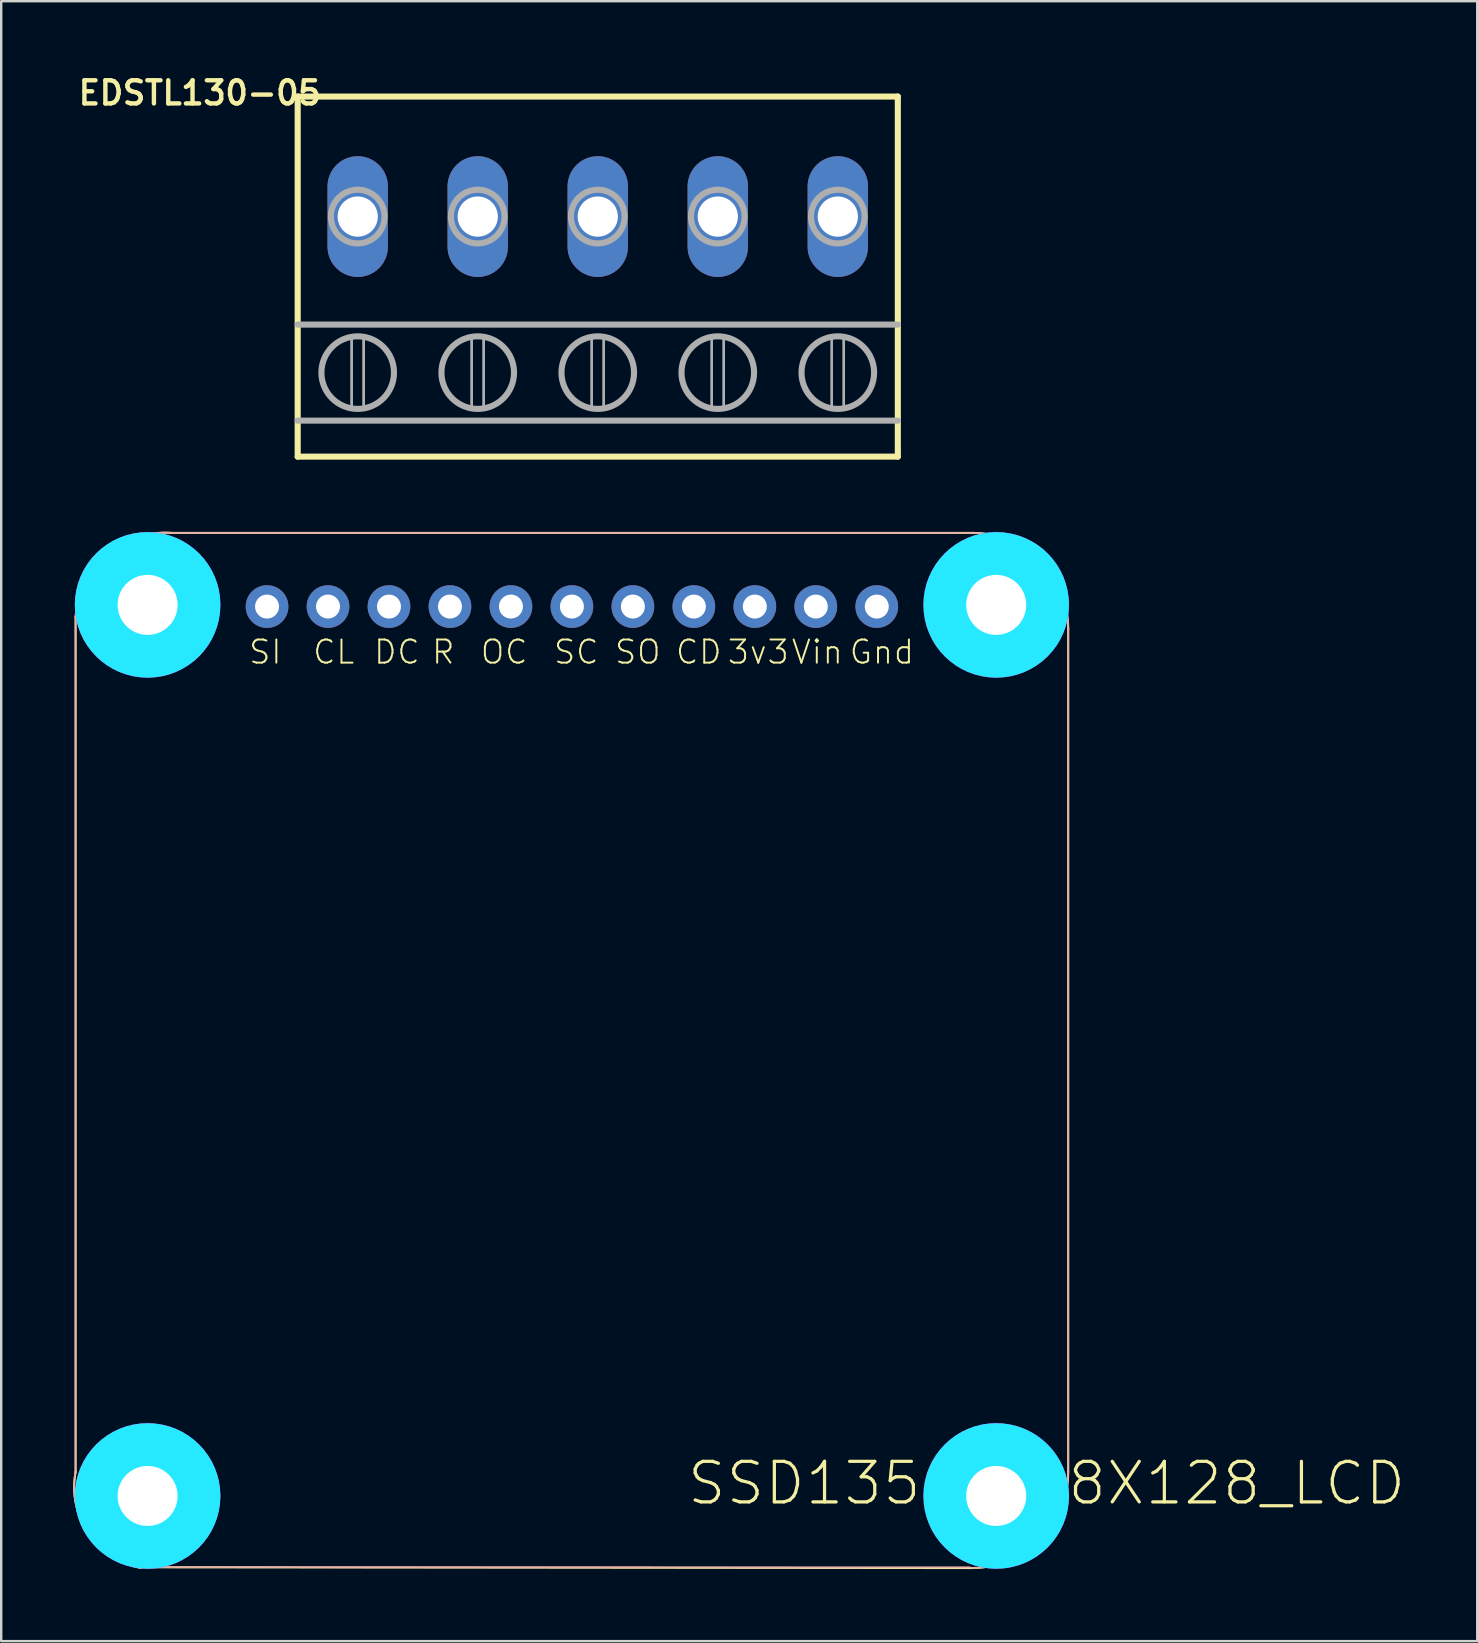
<source format=kicad_pcb>
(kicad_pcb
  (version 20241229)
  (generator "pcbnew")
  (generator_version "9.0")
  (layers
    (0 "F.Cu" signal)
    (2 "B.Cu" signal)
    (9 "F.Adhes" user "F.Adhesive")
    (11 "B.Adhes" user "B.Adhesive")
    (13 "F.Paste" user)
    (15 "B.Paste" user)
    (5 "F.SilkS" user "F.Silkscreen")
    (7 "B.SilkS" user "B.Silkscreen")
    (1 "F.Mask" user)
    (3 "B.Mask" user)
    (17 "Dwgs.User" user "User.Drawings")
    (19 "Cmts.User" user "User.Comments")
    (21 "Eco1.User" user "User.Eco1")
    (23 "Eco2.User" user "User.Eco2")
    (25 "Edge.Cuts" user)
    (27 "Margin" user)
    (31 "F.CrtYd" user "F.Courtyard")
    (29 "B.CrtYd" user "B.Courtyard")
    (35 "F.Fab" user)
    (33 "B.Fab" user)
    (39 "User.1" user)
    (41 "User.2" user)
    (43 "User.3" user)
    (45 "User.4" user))
  (footprint "SSD1351_128X128_LCD"
    (layer "F.Cu")
    (at 19.149 39.408)
    (property "Reference" "SSD1351_128X128_LCD" (at 6.35 20.32 0) (layer "F.SilkS") (effects (font (size 1.689 1.689) (thickness 0.135)) (justify left bottom)))
    (attr through_hole)
    (fp_line (start -19.05 18.86) (end -19.05 -16.76) (stroke (width 0.08) (type solid)) (layer "F.SilkS"))
    (fp_line (start -15.05 -20.26) (end 18.3 -20.26) (stroke (width 0.08) (type solid)) (layer "F.SilkS"))
    (fp_line (start 18.365 22.866) (end -16.258 22.829) (stroke (width 0.08) (type solid)) (layer "F.SilkS"))
    (fp_line (start 22.3 -16.26) (end 22.3 18.86) (stroke (width 0.08) (type solid)) (layer "F.SilkS"))
    (fp_arc (start -19.05 -16.76001) (mid -17.774872 -19.338427) (end -15.050009 -20.260006) (stroke (width 0.080009) (type solid)) (layer "F.SilkS"))
    (fp_arc (start -16.320007 22.86) (mid -18.513429 21.425404) (end -19.05 18.860009) (stroke (width 0.080009) (type solid)) (layer "F.SilkS"))
    (fp_arc (start 18.299986 -20.260006) (mid 21.128435 -19.088436) (end 22.300006 -16.259987) (stroke (width 0.080009) (type solid)) (layer "F.SilkS"))
    (fp_arc (start 22.300006 18.860008) (mid 21.128426 21.688439) (end 18.299987 22.86) (stroke (width 0.080009) (type solid)) (layer "F.SilkS"))
    (fp_circle (center -16.05 -17.26) (end -14.3 -17.26) (stroke (width 0.152) (type solid)) (fill no) (layer "F.SilkS"))
    (fp_circle (center -16.05 19.86) (end -14.3 19.86) (stroke (width 0.152) (type solid)) (fill no) (layer "F.SilkS"))
    (fp_circle (center 19.3 -17.26) (end 21.05 -17.26) (stroke (width 0.152) (type solid)) (fill no) (layer "F.SilkS"))
    (fp_circle (center 19.3 19.86) (end 21.05 19.86) (stroke (width 0.152) (type solid)) (fill no) (layer "F.SilkS"))
    (fp_line (start -19.05 18.86) (end -19.05 -16.76) (stroke (width 0.08) (type solid)) (layer "B.SilkS"))
    (fp_line (start -15.05 -20.26) (end 18.3 -20.26) (stroke (width 0.08) (type solid)) (layer "B.SilkS"))
    (fp_line (start 18.206 22.835) (end -16.447 22.829) (stroke (width 0.08) (type solid)) (layer "B.SilkS"))
    (fp_line (start 22.3 -16.26) (end 22.3 18.86) (stroke (width 0.08) (type solid)) (layer "B.SilkS"))
    (fp_arc (start -19.05 -16.76001) (mid -17.774872 -19.338427) (end -15.050009 -20.260006) (stroke (width 0.080009) (type solid)) (layer "B.SilkS"))
    (fp_arc (start -16.320007 22.86) (mid -18.513429 21.425404) (end -19.05 18.860009) (stroke (width 0.080009) (type solid)) (layer "B.SilkS"))
    (fp_arc (start 18.299986 -20.260006) (mid 21.128435 -19.088436) (end 22.300006 -16.259987) (stroke (width 0.080009) (type solid)) (layer "B.SilkS"))
    (fp_arc (start 22.300006 18.860008) (mid 21.128426 21.688439) (end 18.299987 22.86) (stroke (width 0.080009) (type solid)) (layer "B.SilkS"))
    (fp_circle (center -16.05 -17.26) (end -15.05 -17.26) (stroke (width 2.032) (type solid)) (fill no) (layer "B.CrtYd"))
    (fp_circle (center -16.05 19.86) (end -15.05 19.86) (stroke (width 2.032) (type solid)) (fill no) (layer "B.CrtYd"))
    (fp_circle (center 19.3 -17.26) (end 20.3 -17.26) (stroke (width 2.032) (type solid)) (fill no) (layer "B.CrtYd"))
    (fp_circle (center 19.3 19.86) (end 20.3 19.86) (stroke (width 2.032) (type solid)) (fill no) (layer "B.CrtYd"))
    (fp_circle (center -16.05 -17.26) (end -15.05 -17.26) (stroke (width 2.032) (type solid)) (fill no) (layer "F.CrtYd"))
    (fp_circle (center -16.05 19.86) (end -15.05 19.86) (stroke (width 2.032) (type solid)) (fill no) (layer "F.CrtYd"))
    (fp_circle (center 19.3 -17.26) (end 20.3 -17.26) (stroke (width 2.032) (type solid)) (fill no) (layer "F.CrtYd"))
    (fp_circle (center 19.3 19.86) (end 20.3 19.86) (stroke (width 2.032) (type solid)) (fill no) (layer "F.CrtYd"))
    (fp_poly (pts (xy -11.329 -16.936) (xy -10.821 -16.936) (xy -10.821 -17.444) (xy -11.329 -17.444)) (stroke (width 0.1) (type solid)) (fill no) (layer "F.Fab"))
    (fp_poly (pts (xy -8.789 -16.936) (xy -8.281 -16.936) (xy -8.281 -17.444) (xy -8.789 -17.444)) (stroke (width 0.1) (type solid)) (fill no) (layer "F.Fab"))
    (fp_poly (pts (xy -6.249 -16.936) (xy -5.741 -16.936) (xy -5.741 -17.444) (xy -6.249 -17.444)) (stroke (width 0.1) (type solid)) (fill no) (layer "F.Fab"))
    (fp_poly (pts (xy -3.709 -16.936) (xy -3.201 -16.936) (xy -3.201 -17.444) (xy -3.709 -17.444)) (stroke (width 0.1) (type solid)) (fill no) (layer "F.Fab"))
    (fp_poly (pts (xy -1.169 -16.936) (xy -0.661 -16.936) (xy -0.661 -17.444) (xy -1.169 -17.444)) (stroke (width 0.1) (type solid)) (fill no) (layer "F.Fab"))
    (fp_poly (pts (xy 1.371 -16.936) (xy 1.879 -16.936) (xy 1.879 -17.444) (xy 1.371 -17.444)) (stroke (width 0.1) (type solid)) (fill no) (layer "F.Fab"))
    (fp_poly (pts (xy 3.911 -16.936) (xy 4.419 -16.936) (xy 4.419 -17.444) (xy 3.911 -17.444)) (stroke (width 0.1) (type solid)) (fill no) (layer "F.Fab"))
    (fp_poly (pts (xy 6.451 -16.936) (xy 6.959 -16.936) (xy 6.959 -17.444) (xy 6.451 -17.444)) (stroke (width 0.1) (type solid)) (fill no) (layer "F.Fab"))
    (fp_poly (pts (xy 8.991 -16.936) (xy 9.499 -16.936) (xy 9.499 -17.444) (xy 8.991 -17.444)) (stroke (width 0.1) (type solid)) (fill no) (layer "F.Fab"))
    (fp_poly (pts (xy 11.531 -16.936) (xy 12.039 -16.936) (xy 12.039 -17.444) (xy 11.531 -17.444)) (stroke (width 0.1) (type solid)) (fill no) (layer "F.Fab"))
    (fp_poly (pts (xy 14.071 -16.936) (xy 14.579 -16.936) (xy 14.579 -17.444) (xy 14.071 -17.444)) (stroke (width 0.1) (type solid)) (fill no) (layer "F.Fab"))
    (fp_text user "SI" (at -11.89 -14.732 0) (layer "F.SilkS") (effects (font (size 0.965 0.965) (thickness 0.081)) (justify left bottom)))
    (fp_text user "CD" (at 5.89 -14.732 0) (layer "F.SilkS") (effects (font (size 0.965 0.965) (thickness 0.081)) (justify left bottom)))
    (fp_text user "3v3" (at 8.049 -14.732 0) (layer "F.SilkS") (effects (font (size 0.965 0.965) (thickness 0.081)) (justify left bottom)))
    (fp_text user "Gnd" (at 13.129 -14.732 0) (layer "F.SilkS") (effects (font (size 0.965 0.965) (thickness 0.081)) (justify left bottom)))
    (fp_text user "R" (at -4.27 -14.732 0) (layer "F.SilkS") (effects (font (size 0.965 0.965) (thickness 0.081)) (justify left bottom)))
    (fp_text user "SC" (at 0.81 -14.732 0) (layer "F.SilkS") (effects (font (size 0.965 0.965) (thickness 0.081)) (justify left bottom)))
    (fp_text user "OC" (at -2.238 -14.732 0) (layer "F.SilkS") (effects (font (size 0.965 0.965) (thickness 0.081)) (justify left bottom)))
    (fp_text user "SO" (at 3.35 -14.732 0) (layer "F.SilkS") (effects (font (size 0.965 0.965) (thickness 0.081)) (justify left bottom)))
    (fp_text user "Vin" (at 10.716 -14.732 0) (layer "F.SilkS") (effects (font (size 0.965 0.965) (thickness 0.081)) (justify left bottom)))
    (fp_text user "DC" (at -6.683 -14.732 0) (layer "F.SilkS") (effects (font (size 0.965 0.965) (thickness 0.081)) (justify left bottom)))
    (fp_text user "CL" (at -9.223 -14.732 0) (layer "F.SilkS") (effects (font (size 0.965 0.965) (thickness 0.081)) (justify left bottom)))
    (pad "JP1$1" thru_hole circle (at -3.455 -17.19 90) (size 1.778 1.778) (drill 1) (layers "*.Cu" "*.Mask"))
    (pad "JP1$2" thru_hole circle (at -0.915 -17.19 90) (size 1.778 1.778) (drill 1) (layers "*.Cu" "*.Mask"))
    (pad "JP1$3" thru_hole circle (at 1.625 -17.19 90) (size 1.778 1.778) (drill 1) (layers "*.Cu" "*.Mask"))
    (pad "JP1$4" thru_hole circle (at 4.165 -17.19 90) (size 1.778 1.778) (drill 1) (layers "*.Cu" "*.Mask"))
    (pad "JP1$5" thru_hole circle (at 6.705 -17.19 90) (size 1.778 1.778) (drill 1) (layers "*.Cu" "*.Mask"))
    (pad "JP1$6" thru_hole circle (at 9.245 -17.19 90) (size 1.778 1.778) (drill 1) (layers "*.Cu" "*.Mask"))
    (pad "JP1$7" thru_hole circle (at 11.785 -17.19 90) (size 1.778 1.778) (drill 1) (layers "*.Cu" "*.Mask"))
    (pad "JP1$8" thru_hole circle (at 14.325 -17.19 90) (size 1.778 1.778) (drill 1) (layers "*.Cu" "*.Mask"))
    (pad "JP1$9" thru_hole circle (at -11.075 -17.19 90) (size 1.778 1.778) (drill 1) (layers "*.Cu" "*.Mask"))
    (pad "JP1$10" thru_hole circle (at -8.535 -17.19 90) (size 1.778 1.778) (drill 1) (layers "*.Cu" "*.Mask"))
    (pad "JP1$11" thru_hole circle (at -5.995 -17.19 90) (size 1.778 1.778) (drill 1) (layers "*.Cu" "*.Mask"))
    (pad "U$23$P$1" thru_hole circle (at 19.3 -17.26) (size 3.2 3.2) (drill 2.5) (layers "*.Cu" "*.Mask"))
    (pad "U$24$P$1" thru_hole circle (at -16.05 19.86) (size 3.2 3.2) (drill 2.5) (layers "*.Cu" "*.Mask"))
    (pad "U$25$P$1" thru_hole circle (at 19.3 19.86) (size 3.2 3.2) (drill 2.5) (layers "*.Cu" "*.Mask"))
    (pad "U$26$P$1" thru_hole circle (at -16.05 -17.26) (size 3.2 3.2) (drill 2.5) (layers "*.Cu" "*.Mask")))
  (footprint "EDSTL130-05"
    (layer "F.Cu")
    (at 21.851 5.972)
    (property "Reference" "EDSTL130-05" (at -11.43 -5.715 0) (layer "F.SilkS") (effects (font (size 0.965 0.965) (thickness 0.183)) (justify right top)))
    (attr through_hole)
    (fp_line (start -12.5 -5) (end 12.5 -5) (stroke (width 0.254) (type solid)) (layer "F.SilkS"))
    (fp_line (start -12.5 10) (end -12.5 -5) (stroke (width 0.254) (type solid)) (layer "F.SilkS"))
    (fp_line (start 12.5 -5) (end 12.5 10) (stroke (width 0.254) (type solid)) (layer "F.SilkS"))
    (fp_line (start 12.5 10) (end -12.5 10) (stroke (width 0.254) (type solid)) (layer "F.SilkS"))
    (fp_line (start -12.5 4.5) (end 12.5 4.5) (stroke (width 0.254) (type solid)) (layer "F.Fab"))
    (fp_line (start -12.5 8.5) (end 12.5 8.5) (stroke (width 0.254) (type solid)) (layer "F.Fab"))
    (fp_circle (center -10 0) (end -8.882 0) (stroke (width 0.254) (type solid)) (fill no) (layer "F.Fab"))
    (fp_circle (center -10 6.5) (end -8.488 6.5) (stroke (width 0.254) (type solid)) (fill no) (layer "F.Fab"))
    (fp_circle (center -5 0) (end -3.882 0) (stroke (width 0.254) (type solid)) (fill no) (layer "F.Fab"))
    (fp_circle (center -5 6.5) (end -3.488 6.5) (stroke (width 0.254) (type solid)) (fill no) (layer "F.Fab"))
    (fp_circle (center 0 0) (end 1.118 0) (stroke (width 0.254) (type solid)) (fill no) (layer "F.Fab"))
    (fp_circle (center 0 6.5) (end 1.512 6.5) (stroke (width 0.254) (type solid)) (fill no) (layer "F.Fab"))
    (fp_circle (center 5 0) (end 6.118 0) (stroke (width 0.254) (type solid)) (fill no) (layer "F.Fab"))
    (fp_circle (center 5 6.5) (end 6.512 6.5) (stroke (width 0.254) (type solid)) (fill no) (layer "F.Fab"))
    (fp_circle (center 10 0) (end 11.118 0) (stroke (width 0.254) (type solid)) (fill no) (layer "F.Fab"))
    (fp_circle (center 10 6.5) (end 11.512 6.5) (stroke (width 0.254) (type solid)) (fill no) (layer "F.Fab"))
    (fp_poly (pts (xy -10.25 8) (xy -9.75 8) (xy -9.75 5) (xy -10.25 5)) (stroke (width 0.1) (type solid)) (fill no) (layer "F.Fab"))
    (fp_poly (pts (xy -10.25 8) (xy -9.75 8) (xy -9.75 5) (xy -10.25 5)) (stroke (width 0.1) (type solid)) (fill no) (layer "F.Fab"))
    (fp_poly (pts (xy -5.25 8) (xy -4.75 8) (xy -4.75 5) (xy -5.25 5)) (stroke (width 0.1) (type solid)) (fill no) (layer "F.Fab"))
    (fp_poly (pts (xy -5.25 8) (xy -4.75 8) (xy -4.75 5) (xy -5.25 5)) (stroke (width 0.1) (type solid)) (fill no) (layer "F.Fab"))
    (fp_poly (pts (xy -0.25 8) (xy 0.25 8) (xy 0.25 5) (xy -0.25 5)) (stroke (width 0.1) (type solid)) (fill no) (layer "F.Fab"))
    (fp_poly (pts (xy -0.25 8) (xy 0.25 8) (xy 0.25 5) (xy -0.25 5)) (stroke (width 0.1) (type solid)) (fill no) (layer "F.Fab"))
    (fp_poly (pts (xy 4.75 8) (xy 5.25 8) (xy 5.25 5) (xy 4.75 5)) (stroke (width 0.1) (type solid)) (fill no) (layer "F.Fab"))
    (fp_poly (pts (xy 4.75 8) (xy 5.25 8) (xy 5.25 5) (xy 4.75 5)) (stroke (width 0.1) (type solid)) (fill no) (layer "F.Fab"))
    (fp_poly (pts (xy 9.75 8) (xy 10.25 8) (xy 10.25 5) (xy 9.75 5)) (stroke (width 0.1) (type solid)) (fill no) (layer "F.Fab"))
    (fp_poly (pts (xy 9.75 8) (xy 10.25 8) (xy 10.25 5) (xy 9.75 5)) (stroke (width 0.1) (type solid)) (fill no) (layer "F.Fab"))
    (pad "1" thru_hole oval (at -10 0 90) (size 5.029 2.515) (drill 1.676) (layers "*.Cu" "*.Mask"))
    (pad "2" thru_hole oval (at -5 0 90) (size 5.029 2.515) (drill 1.676) (layers "*.Cu" "*.Mask"))
    (pad "3" thru_hole oval (at 0 0 90) (size 5.029 2.515) (drill 1.676) (layers "*.Cu" "*.Mask"))
    (pad "4" thru_hole oval (at 5 0 90) (size 5.029 2.515) (drill 1.676) (layers "*.Cu" "*.Mask"))
    (pad "5" thru_hole oval (at 10 0 90) (size 5.029 2.515) (drill 1.676) (layers "*.Cu" "*.Mask")))
  (gr_rect
    (start -3 -3)
    (end 58.488 65.314)
    (stroke (width 0.1) (type default))
    (fill no)
    (layer "Edge.Cuts")))
</source>
